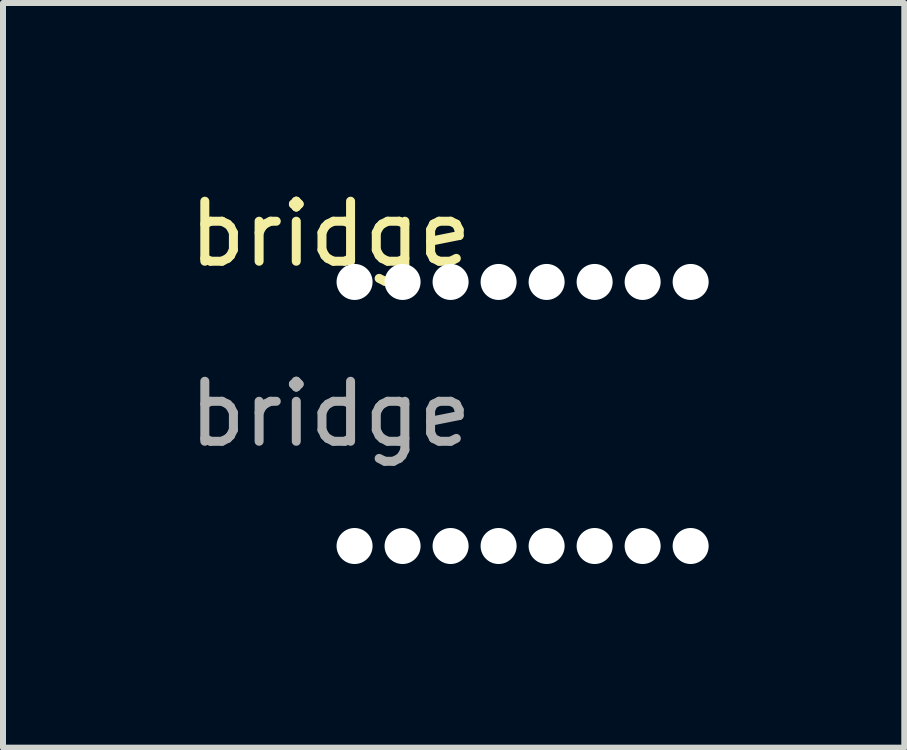
<source format=kicad_pcb>
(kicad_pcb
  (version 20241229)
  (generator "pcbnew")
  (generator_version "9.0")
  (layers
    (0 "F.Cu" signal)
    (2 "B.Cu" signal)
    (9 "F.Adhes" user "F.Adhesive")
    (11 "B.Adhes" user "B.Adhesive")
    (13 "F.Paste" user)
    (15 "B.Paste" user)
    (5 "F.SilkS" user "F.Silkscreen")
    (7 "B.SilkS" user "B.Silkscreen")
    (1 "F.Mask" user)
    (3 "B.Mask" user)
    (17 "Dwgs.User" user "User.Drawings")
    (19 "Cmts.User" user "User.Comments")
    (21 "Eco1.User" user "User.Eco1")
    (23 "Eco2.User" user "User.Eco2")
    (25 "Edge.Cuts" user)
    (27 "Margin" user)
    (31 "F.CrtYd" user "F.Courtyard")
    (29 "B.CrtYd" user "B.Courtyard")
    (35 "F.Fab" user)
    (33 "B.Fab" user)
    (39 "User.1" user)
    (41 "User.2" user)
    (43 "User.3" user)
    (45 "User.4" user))
  (footprint "bridge"
    (layer "F.Cu")
    (at 2.458 1.348)
    (property "Reference" "bridge" (at 0 -0.5 0) (unlocked yes) (layer "F.SilkS") (effects (font (size 1 1) (thickness 0.15))))
    (fp_rect (start 0 0) (end 6.5 5) (stroke (width 0.12) (type default)) (fill no) (layer "Eco1.User"))
    (fp_text user "${REFERENCE}" (at 0 2.5 0) (unlocked yes) (layer "F.Fab") (effects (font (size 1 1) (thickness 0.15))))
    (pad "" np_thru_hole circle (at 0.4 0.3) (size 0.6 0.6) (drill 0.6) (layers "*.Cu" "*.Mask"))
    (pad "" np_thru_hole circle (at 0.4 4.7) (size 0.6 0.6) (drill 0.6) (layers "*.Cu" "*.Mask"))
    (pad "" np_thru_hole circle (at 1.2 0.3) (size 0.6 0.6) (drill 0.6) (layers "*.Cu" "*.Mask"))
    (pad "" np_thru_hole circle (at 1.2 4.7) (size 0.6 0.6) (drill 0.6) (layers "*.Cu" "*.Mask"))
    (pad "" np_thru_hole circle (at 2 0.3) (size 0.6 0.6) (drill 0.6) (layers "*.Cu" "*.Mask"))
    (pad "" np_thru_hole circle (at 2 4.7) (size 0.6 0.6) (drill 0.6) (layers "*.Cu" "*.Mask"))
    (pad "" np_thru_hole circle (at 2.8 0.3) (size 0.6 0.6) (drill 0.6) (layers "*.Cu" "*.Mask"))
    (pad "" np_thru_hole circle (at 2.8 4.7) (size 0.6 0.6) (drill 0.6) (layers "*.Cu" "*.Mask"))
    (pad "" np_thru_hole circle (at 3.6 0.3) (size 0.6 0.6) (drill 0.6) (layers "*.Cu" "*.Mask"))
    (pad "" np_thru_hole circle (at 3.6 4.7) (size 0.6 0.6) (drill 0.6) (layers "*.Cu" "*.Mask"))
    (pad "" np_thru_hole circle (at 4.4 0.3) (size 0.6 0.6) (drill 0.6) (layers "*.Cu" "*.Mask"))
    (pad "" np_thru_hole circle (at 4.4 4.7) (size 0.6 0.6) (drill 0.6) (layers "*.Cu" "*.Mask"))
    (pad "" np_thru_hole circle (at 5.2 0.3) (size 0.6 0.6) (drill 0.6) (layers "*.Cu" "*.Mask"))
    (pad "" np_thru_hole circle (at 5.2 4.7) (size 0.6 0.6) (drill 0.6) (layers "*.Cu" "*.Mask"))
    (pad "" np_thru_hole circle (at 6 0.3) (size 0.6 0.6) (drill 0.6) (layers "*.Cu" "*.Mask"))
    (pad "" np_thru_hole circle (at 6 4.7) (size 0.6 0.6) (drill 0.6) (layers "*.Cu" "*.Mask")))
  (gr_rect
    (start -3 -3)
    (end 12.018 9.408)
    (stroke (width 0.1) (type default))
    (fill no)
    (layer "Edge.Cuts")))
</source>
